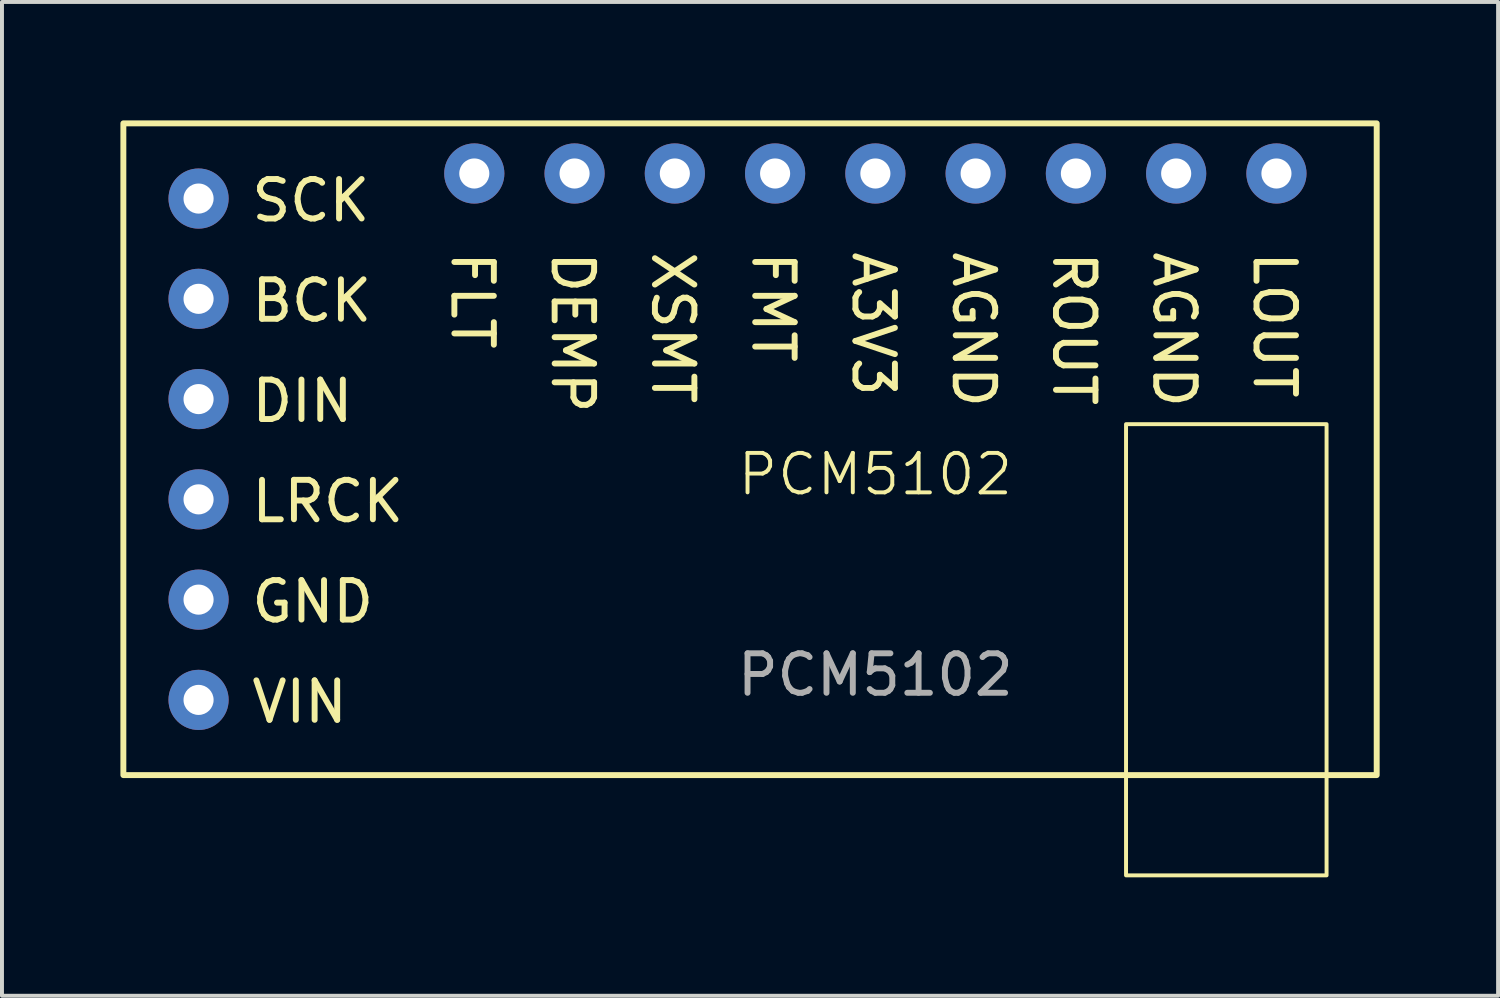
<source format=kicad_pcb>
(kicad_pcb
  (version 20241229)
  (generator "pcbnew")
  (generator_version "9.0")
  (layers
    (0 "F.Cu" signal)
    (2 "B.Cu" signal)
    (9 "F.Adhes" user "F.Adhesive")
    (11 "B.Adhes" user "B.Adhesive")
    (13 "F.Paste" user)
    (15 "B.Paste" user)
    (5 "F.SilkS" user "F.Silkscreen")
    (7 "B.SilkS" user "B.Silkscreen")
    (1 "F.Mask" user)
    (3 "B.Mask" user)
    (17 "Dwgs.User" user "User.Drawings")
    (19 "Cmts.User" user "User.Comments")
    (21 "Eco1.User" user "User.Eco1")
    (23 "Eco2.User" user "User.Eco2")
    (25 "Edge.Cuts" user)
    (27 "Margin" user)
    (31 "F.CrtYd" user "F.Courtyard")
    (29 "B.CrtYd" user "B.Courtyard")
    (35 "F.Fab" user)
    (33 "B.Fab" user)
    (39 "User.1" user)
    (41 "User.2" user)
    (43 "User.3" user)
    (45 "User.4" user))
  (footprint "PCM5102"
    (layer "F.Cu")
    (at 19.125 3.885)
    (property "Reference" "PCM5102" (at 0 5.08 0) (unlocked yes) (layer "F.SilkS") (effects (font (size 1 1) (thickness 0.1))))
    (attr through_hole)
    (fp_rect (start -19.05 -3.81) (end 12.7 12.7) (stroke (width 0.15) (type default)) (fill no) (layer "F.SilkS"))
    (fp_rect (start 6.35 3.81) (end 11.43 15.24) (stroke (width 0.1) (type default)) (fill no) (layer "F.SilkS"))
    (fp_text user "AGND" (at 1.905 -0.635 270) (unlocked yes) (layer "F.SilkS") (effects (font (size 1 1) (thickness 0.15)) (justify left bottom)))
    (fp_text user "VIN" (at -15.875 11.43 0) (unlocked yes) (layer "F.SilkS") (effects (font (size 1 1) (thickness 0.15)) (justify left bottom)))
    (fp_text user "SCK" (at -15.875 -1.27 0) (unlocked yes) (layer "F.SilkS") (effects (font (size 1 1) (thickness 0.15)) (justify left bottom)))
    (fp_text user "AGND" (at 6.985 -0.635 270) (unlocked yes) (layer "F.SilkS") (effects (font (size 1 1) (thickness 0.15)) (justify left bottom)))
    (fp_text user "XSMT" (at -5.715 -0.635 270) (unlocked yes) (layer "F.SilkS") (effects (font (size 1 1) (thickness 0.15)) (justify left bottom)))
    (fp_text user "ROUT" (at 4.445 -0.635 270) (unlocked yes) (layer "F.SilkS") (effects (font (size 1 1) (thickness 0.15)) (justify left bottom)))
    (fp_text user "GND" (at -15.875 8.89 0) (unlocked yes) (layer "F.SilkS") (effects (font (size 1 1) (thickness 0.15)) (justify left bottom)))
    (fp_text user "DIN" (at -15.875 3.81 0) (unlocked yes) (layer "F.SilkS") (effects (font (size 1 1) (thickness 0.15)) (justify left bottom)))
    (fp_text user "BCK" (at -15.875 1.27 0) (unlocked yes) (layer "F.SilkS") (effects (font (size 1 1) (thickness 0.15)) (justify left bottom)))
    (fp_text user "FLT" (at -10.795 -0.635 270) (unlocked yes) (layer "F.SilkS") (effects (font (size 1 1) (thickness 0.15)) (justify left bottom)))
    (fp_text user "LOUT" (at 9.525 -0.635 270) (unlocked yes) (layer "F.SilkS") (effects (font (size 1 1) (thickness 0.15)) (justify left bottom)))
    (fp_text user "FMT" (at -3.175 -0.635 270) (unlocked yes) (layer "F.SilkS") (effects (font (size 1 1) (thickness 0.15)) (justify left bottom)))
    (fp_text user "A3V3" (at -0.635 -0.635 270) (unlocked yes) (layer "F.SilkS") (effects (font (size 1 1) (thickness 0.15)) (justify left bottom)))
    (fp_text user "DEMP" (at -8.255 -0.635 270) (unlocked yes) (layer "F.SilkS") (effects (font (size 1 1) (thickness 0.15)) (justify left bottom)))
    (fp_text user "LRCK" (at -15.875 6.35 0) (unlocked yes) (layer "F.SilkS") (effects (font (size 1 1) (thickness 0.15)) (justify left bottom)))
    (fp_text user "${REFERENCE}" (at 0 10.16 0) (unlocked yes) (layer "F.Fab") (effects (font (size 1 1) (thickness 0.15))))
    (pad "1" thru_hole circle (at -10.16 -2.54) (size 1.524 1.524) (drill 0.762) (layers "*.Cu" "*.Mask"))
    (pad "2" thru_hole circle (at -7.62 -2.54) (size 1.524 1.524) (drill 0.762) (layers "*.Cu" "*.Mask"))
    (pad "3" thru_hole circle (at -5.08 -2.54) (size 1.524 1.524) (drill 0.762) (layers "*.Cu" "*.Mask"))
    (pad "4" thru_hole circle (at -2.54 -2.54) (size 1.524 1.524) (drill 0.762) (layers "*.Cu" "*.Mask"))
    (pad "5" thru_hole circle (at 0 -2.54) (size 1.524 1.524) (drill 0.762) (layers "*.Cu" "*.Mask"))
    (pad "6" thru_hole circle (at 2.54 -2.54) (size 1.524 1.524) (drill 0.762) (layers "*.Cu" "*.Mask"))
    (pad "7" thru_hole circle (at 5.08 -2.54) (size 1.524 1.524) (drill 0.762) (layers "*.Cu" "*.Mask"))
    (pad "8" thru_hole circle (at 7.62 -2.54) (size 1.524 1.524) (drill 0.762) (layers "*.Cu" "*.Mask"))
    (pad "9" thru_hole circle (at 10.16 -2.54) (size 1.524 1.524) (drill 0.762) (layers "*.Cu" "*.Mask"))
    (pad "10" thru_hole circle (at -17.145 10.795) (size 1.524 1.524) (drill 0.762) (layers "*.Cu" "*.Mask"))
    (pad "11" thru_hole circle (at -17.145 8.255) (size 1.524 1.524) (drill 0.762) (layers "*.Cu" "*.Mask"))
    (pad "12" thru_hole circle (at -17.145 5.715) (size 1.524 1.524) (drill 0.762) (layers "*.Cu" "*.Mask"))
    (pad "13" thru_hole circle (at -17.145 3.175) (size 1.524 1.524) (drill 0.762) (layers "*.Cu" "*.Mask"))
    (pad "14" thru_hole circle (at -17.145 0.635) (size 1.524 1.524) (drill 0.762) (layers "*.Cu" "*.Mask"))
    (pad "15" thru_hole circle (at -17.145 -1.905) (size 1.524 1.524) (drill 0.762) (layers "*.Cu" "*.Mask")))
  (gr_rect
    (start -3 -3)
    (end 34.9 22.175)
    (stroke (width 0.1) (type default))
    (fill no)
    (layer "Edge.Cuts")))
</source>
